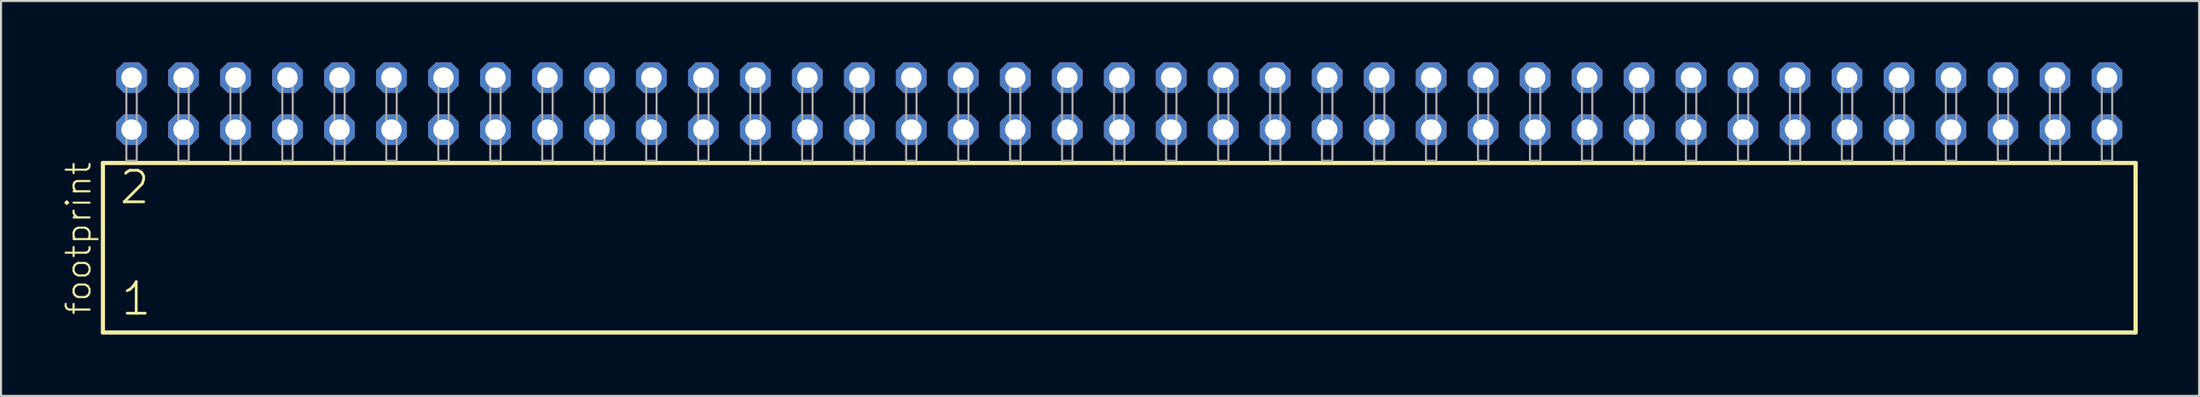
<source format=kicad_pcb>
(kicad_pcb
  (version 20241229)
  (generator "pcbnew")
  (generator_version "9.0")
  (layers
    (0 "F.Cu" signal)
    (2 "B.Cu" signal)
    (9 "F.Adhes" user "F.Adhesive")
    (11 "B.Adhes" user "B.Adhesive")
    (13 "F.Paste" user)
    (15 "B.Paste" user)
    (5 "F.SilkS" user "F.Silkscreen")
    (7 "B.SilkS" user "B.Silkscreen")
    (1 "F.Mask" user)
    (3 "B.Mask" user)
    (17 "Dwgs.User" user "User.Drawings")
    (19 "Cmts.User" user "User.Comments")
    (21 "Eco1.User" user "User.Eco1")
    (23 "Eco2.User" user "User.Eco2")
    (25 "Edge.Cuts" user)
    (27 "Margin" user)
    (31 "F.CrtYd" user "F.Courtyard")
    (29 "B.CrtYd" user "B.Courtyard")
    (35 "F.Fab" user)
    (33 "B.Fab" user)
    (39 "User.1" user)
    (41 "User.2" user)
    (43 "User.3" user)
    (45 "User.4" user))
  (footprint "footprint"
    (layer "F.Cu")
    (at 51.638 4.814)
    (property "Reference" "footprint" (at -50.165 7.62 90) (layer "F.SilkS") (effects (font (size 1.168 1.168) (thickness 0.102)) (justify left bottom)))
    (fp_line (start -49.659 0.106) (end -49.659 8.396) (stroke (width 0.203) (type solid)) (layer "F.SilkS"))
    (fp_line (start -49.659 8.396) (end 49.659 8.396) (stroke (width 0.203) (type solid)) (layer "F.SilkS"))
    (fp_line (start 49.659 0.106) (end -49.659 0.106) (stroke (width 0.203) (type solid)) (layer "F.SilkS"))
    (fp_line (start 49.659 8.396) (end 49.659 0.106) (stroke (width 0.203) (type solid)) (layer "F.SilkS"))
    (fp_poly (pts (xy -48.514 0) (xy -48.006 0) (xy -48.006 -4.318) (xy -48.514 -4.318)) (stroke (width 0.1) (type solid)) (fill no) (layer "F.Fab"))
    (fp_poly (pts (xy -45.974 0) (xy -45.466 0) (xy -45.466 -4.318) (xy -45.974 -4.318)) (stroke (width 0.1) (type solid)) (fill no) (layer "F.Fab"))
    (fp_poly (pts (xy -43.434 0) (xy -42.926 0) (xy -42.926 -4.318) (xy -43.434 -4.318)) (stroke (width 0.1) (type solid)) (fill no) (layer "F.Fab"))
    (fp_poly (pts (xy -40.894 0) (xy -40.386 0) (xy -40.386 -4.318) (xy -40.894 -4.318)) (stroke (width 0.1) (type solid)) (fill no) (layer "F.Fab"))
    (fp_poly (pts (xy -38.354 0) (xy -37.846 0) (xy -37.846 -4.318) (xy -38.354 -4.318)) (stroke (width 0.1) (type solid)) (fill no) (layer "F.Fab"))
    (fp_poly (pts (xy -35.814 0) (xy -35.306 0) (xy -35.306 -4.318) (xy -35.814 -4.318)) (stroke (width 0.1) (type solid)) (fill no) (layer "F.Fab"))
    (fp_poly (pts (xy -33.274 0) (xy -32.766 0) (xy -32.766 -4.318) (xy -33.274 -4.318)) (stroke (width 0.1) (type solid)) (fill no) (layer "F.Fab"))
    (fp_poly (pts (xy -30.734 0) (xy -30.226 0) (xy -30.226 -4.318) (xy -30.734 -4.318)) (stroke (width 0.1) (type solid)) (fill no) (layer "F.Fab"))
    (fp_poly (pts (xy -28.194 0) (xy -27.686 0) (xy -27.686 -4.318) (xy -28.194 -4.318)) (stroke (width 0.1) (type solid)) (fill no) (layer "F.Fab"))
    (fp_poly (pts (xy -25.654 0) (xy -25.146 0) (xy -25.146 -4.318) (xy -25.654 -4.318)) (stroke (width 0.1) (type solid)) (fill no) (layer "F.Fab"))
    (fp_poly (pts (xy -23.114 0) (xy -22.606 0) (xy -22.606 -4.318) (xy -23.114 -4.318)) (stroke (width 0.1) (type solid)) (fill no) (layer "F.Fab"))
    (fp_poly (pts (xy -20.574 0) (xy -20.066 0) (xy -20.066 -4.318) (xy -20.574 -4.318)) (stroke (width 0.1) (type solid)) (fill no) (layer "F.Fab"))
    (fp_poly (pts (xy -18.034 0) (xy -17.526 0) (xy -17.526 -4.318) (xy -18.034 -4.318)) (stroke (width 0.1) (type solid)) (fill no) (layer "F.Fab"))
    (fp_poly (pts (xy -15.494 0) (xy -14.986 0) (xy -14.986 -4.318) (xy -15.494 -4.318)) (stroke (width 0.1) (type solid)) (fill no) (layer "F.Fab"))
    (fp_poly (pts (xy -12.954 0) (xy -12.446 0) (xy -12.446 -4.318) (xy -12.954 -4.318)) (stroke (width 0.1) (type solid)) (fill no) (layer "F.Fab"))
    (fp_poly (pts (xy -10.414 0) (xy -9.906 0) (xy -9.906 -4.318) (xy -10.414 -4.318)) (stroke (width 0.1) (type solid)) (fill no) (layer "F.Fab"))
    (fp_poly (pts (xy -7.874 0) (xy -7.366 0) (xy -7.366 -4.318) (xy -7.874 -4.318)) (stroke (width 0.1) (type solid)) (fill no) (layer "F.Fab"))
    (fp_poly (pts (xy -5.334 0) (xy -4.826 0) (xy -4.826 -4.318) (xy -5.334 -4.318)) (stroke (width 0.1) (type solid)) (fill no) (layer "F.Fab"))
    (fp_poly (pts (xy -2.794 0) (xy -2.286 0) (xy -2.286 -4.318) (xy -2.794 -4.318)) (stroke (width 0.1) (type solid)) (fill no) (layer "F.Fab"))
    (fp_poly (pts (xy -0.254 0) (xy 0.254 0) (xy 0.254 -4.318) (xy -0.254 -4.318)) (stroke (width 0.1) (type solid)) (fill no) (layer "F.Fab"))
    (fp_poly (pts (xy 2.286 0) (xy 2.794 0) (xy 2.794 -4.318) (xy 2.286 -4.318)) (stroke (width 0.1) (type solid)) (fill no) (layer "F.Fab"))
    (fp_poly (pts (xy 4.826 0) (xy 5.334 0) (xy 5.334 -4.318) (xy 4.826 -4.318)) (stroke (width 0.1) (type solid)) (fill no) (layer "F.Fab"))
    (fp_poly (pts (xy 7.366 0) (xy 7.874 0) (xy 7.874 -4.318) (xy 7.366 -4.318)) (stroke (width 0.1) (type solid)) (fill no) (layer "F.Fab"))
    (fp_poly (pts (xy 9.906 0) (xy 10.414 0) (xy 10.414 -4.318) (xy 9.906 -4.318)) (stroke (width 0.1) (type solid)) (fill no) (layer "F.Fab"))
    (fp_poly (pts (xy 12.446 0) (xy 12.954 0) (xy 12.954 -4.318) (xy 12.446 -4.318)) (stroke (width 0.1) (type solid)) (fill no) (layer "F.Fab"))
    (fp_poly (pts (xy 14.986 0) (xy 15.494 0) (xy 15.494 -4.318) (xy 14.986 -4.318)) (stroke (width 0.1) (type solid)) (fill no) (layer "F.Fab"))
    (fp_poly (pts (xy 17.526 0) (xy 18.034 0) (xy 18.034 -4.318) (xy 17.526 -4.318)) (stroke (width 0.1) (type solid)) (fill no) (layer "F.Fab"))
    (fp_poly (pts (xy 20.066 0) (xy 20.574 0) (xy 20.574 -4.318) (xy 20.066 -4.318)) (stroke (width 0.1) (type solid)) (fill no) (layer "F.Fab"))
    (fp_poly (pts (xy 22.606 0) (xy 23.114 0) (xy 23.114 -4.318) (xy 22.606 -4.318)) (stroke (width 0.1) (type solid)) (fill no) (layer "F.Fab"))
    (fp_poly (pts (xy 25.146 0) (xy 25.654 0) (xy 25.654 -4.318) (xy 25.146 -4.318)) (stroke (width 0.1) (type solid)) (fill no) (layer "F.Fab"))
    (fp_poly (pts (xy 27.686 0) (xy 28.194 0) (xy 28.194 -4.318) (xy 27.686 -4.318)) (stroke (width 0.1) (type solid)) (fill no) (layer "F.Fab"))
    (fp_poly (pts (xy 30.226 0) (xy 30.734 0) (xy 30.734 -4.318) (xy 30.226 -4.318)) (stroke (width 0.1) (type solid)) (fill no) (layer "F.Fab"))
    (fp_poly (pts (xy 32.766 0) (xy 33.274 0) (xy 33.274 -4.318) (xy 32.766 -4.318)) (stroke (width 0.1) (type solid)) (fill no) (layer "F.Fab"))
    (fp_poly (pts (xy 35.306 0) (xy 35.814 0) (xy 35.814 -4.318) (xy 35.306 -4.318)) (stroke (width 0.1) (type solid)) (fill no) (layer "F.Fab"))
    (fp_poly (pts (xy 37.846 0) (xy 38.354 0) (xy 38.354 -4.318) (xy 37.846 -4.318)) (stroke (width 0.1) (type solid)) (fill no) (layer "F.Fab"))
    (fp_poly (pts (xy 40.386 0) (xy 40.894 0) (xy 40.894 -4.318) (xy 40.386 -4.318)) (stroke (width 0.1) (type solid)) (fill no) (layer "F.Fab"))
    (fp_poly (pts (xy 42.926 0) (xy 43.434 0) (xy 43.434 -4.318) (xy 42.926 -4.318)) (stroke (width 0.1) (type solid)) (fill no) (layer "F.Fab"))
    (fp_poly (pts (xy 45.466 0) (xy 45.974 0) (xy 45.974 -4.318) (xy 45.466 -4.318)) (stroke (width 0.1) (type solid)) (fill no) (layer "F.Fab"))
    (fp_poly (pts (xy 48.006 0) (xy 48.514 0) (xy 48.514 -4.318) (xy 48.006 -4.318)) (stroke (width 0.1) (type solid)) (fill no) (layer "F.Fab"))
    (fp_text user "2" (at -48.93 2.2 0) (layer "F.SilkS") (effects (font (size 1.542 1.542) (thickness 0.134)) (justify left bottom)))
    (fp_text user "1" (at -48.855 7.65 0) (layer "F.SilkS") (effects (font (size 1.542 1.542) (thickness 0.134)) (justify left bottom)))
    (pad "1" thru_hole roundrect (at -48.26 -1.524) (size 1.5 1.5) (drill 1) (layers "*.Cu" "*.Mask") (roundrect_rratio 0.25) (chamfer_ratio 0.25) (chamfer top_left top_right bottom_left bottom_right))
    (pad "2" thru_hole roundrect (at -48.26 -4.064) (size 1.5 1.5) (drill 1) (layers "*.Cu" "*.Mask") (roundrect_rratio 0.25) (chamfer_ratio 0.25) (chamfer top_left top_right bottom_left bottom_right))
    (pad "3" thru_hole roundrect (at -45.72 -1.524) (size 1.5 1.5) (drill 1) (layers "*.Cu" "*.Mask") (roundrect_rratio 0.25) (chamfer_ratio 0.25) (chamfer top_left top_right bottom_left bottom_right))
    (pad "4" thru_hole roundrect (at -45.72 -4.064) (size 1.5 1.5) (drill 1) (layers "*.Cu" "*.Mask") (roundrect_rratio 0.25) (chamfer_ratio 0.25) (chamfer top_left top_right bottom_left bottom_right))
    (pad "5" thru_hole roundrect (at -43.18 -1.524) (size 1.5 1.5) (drill 1) (layers "*.Cu" "*.Mask") (roundrect_rratio 0.25) (chamfer_ratio 0.25) (chamfer top_left top_right bottom_left bottom_right))
    (pad "6" thru_hole roundrect (at -43.18 -4.064) (size 1.5 1.5) (drill 1) (layers "*.Cu" "*.Mask") (roundrect_rratio 0.25) (chamfer_ratio 0.25) (chamfer top_left top_right bottom_left bottom_right))
    (pad "7" thru_hole roundrect (at -40.64 -1.524) (size 1.5 1.5) (drill 1) (layers "*.Cu" "*.Mask") (roundrect_rratio 0.25) (chamfer_ratio 0.25) (chamfer top_left top_right bottom_left bottom_right))
    (pad "8" thru_hole roundrect (at -40.64 -4.064) (size 1.5 1.5) (drill 1) (layers "*.Cu" "*.Mask") (roundrect_rratio 0.25) (chamfer_ratio 0.25) (chamfer top_left top_right bottom_left bottom_right))
    (pad "9" thru_hole roundrect (at -38.1 -1.524) (size 1.5 1.5) (drill 1) (layers "*.Cu" "*.Mask") (roundrect_rratio 0.25) (chamfer_ratio 0.25) (chamfer top_left top_right bottom_left bottom_right))
    (pad "10" thru_hole roundrect (at -38.1 -4.064) (size 1.5 1.5) (drill 1) (layers "*.Cu" "*.Mask") (roundrect_rratio 0.25) (chamfer_ratio 0.25) (chamfer top_left top_right bottom_left bottom_right))
    (pad "11" thru_hole roundrect (at -35.56 -1.524) (size 1.5 1.5) (drill 1) (layers "*.Cu" "*.Mask") (roundrect_rratio 0.25) (chamfer_ratio 0.25) (chamfer top_left top_right bottom_left bottom_right))
    (pad "12" thru_hole roundrect (at -35.56 -4.064) (size 1.5 1.5) (drill 1) (layers "*.Cu" "*.Mask") (roundrect_rratio 0.25) (chamfer_ratio 0.25) (chamfer top_left top_right bottom_left bottom_right))
    (pad "13" thru_hole roundrect (at -33.02 -1.524) (size 1.5 1.5) (drill 1) (layers "*.Cu" "*.Mask") (roundrect_rratio 0.25) (chamfer_ratio 0.25) (chamfer top_left top_right bottom_left bottom_right))
    (pad "14" thru_hole roundrect (at -33.02 -4.064) (size 1.5 1.5) (drill 1) (layers "*.Cu" "*.Mask") (roundrect_rratio 0.25) (chamfer_ratio 0.25) (chamfer top_left top_right bottom_left bottom_right))
    (pad "15" thru_hole roundrect (at -30.48 -1.524) (size 1.5 1.5) (drill 1) (layers "*.Cu" "*.Mask") (roundrect_rratio 0.25) (chamfer_ratio 0.25) (chamfer top_left top_right bottom_left bottom_right))
    (pad "16" thru_hole roundrect (at -30.48 -4.064) (size 1.5 1.5) (drill 1) (layers "*.Cu" "*.Mask") (roundrect_rratio 0.25) (chamfer_ratio 0.25) (chamfer top_left top_right bottom_left bottom_right))
    (pad "17" thru_hole roundrect (at -27.94 -1.524) (size 1.5 1.5) (drill 1) (layers "*.Cu" "*.Mask") (roundrect_rratio 0.25) (chamfer_ratio 0.25) (chamfer top_left top_right bottom_left bottom_right))
    (pad "18" thru_hole roundrect (at -27.94 -4.064) (size 1.5 1.5) (drill 1) (layers "*.Cu" "*.Mask") (roundrect_rratio 0.25) (chamfer_ratio 0.25) (chamfer top_left top_right bottom_left bottom_right))
    (pad "19" thru_hole roundrect (at -25.4 -1.524) (size 1.5 1.5) (drill 1) (layers "*.Cu" "*.Mask") (roundrect_rratio 0.25) (chamfer_ratio 0.25) (chamfer top_left top_right bottom_left bottom_right))
    (pad "20" thru_hole roundrect (at -25.4 -4.064) (size 1.5 1.5) (drill 1) (layers "*.Cu" "*.Mask") (roundrect_rratio 0.25) (chamfer_ratio 0.25) (chamfer top_left top_right bottom_left bottom_right))
    (pad "21" thru_hole roundrect (at -22.86 -1.524) (size 1.5 1.5) (drill 1) (layers "*.Cu" "*.Mask") (roundrect_rratio 0.25) (chamfer_ratio 0.25) (chamfer top_left top_right bottom_left bottom_right))
    (pad "22" thru_hole roundrect (at -22.86 -4.064) (size 1.5 1.5) (drill 1) (layers "*.Cu" "*.Mask") (roundrect_rratio 0.25) (chamfer_ratio 0.25) (chamfer top_left top_right bottom_left bottom_right))
    (pad "23" thru_hole roundrect (at -20.32 -1.524) (size 1.5 1.5) (drill 1) (layers "*.Cu" "*.Mask") (roundrect_rratio 0.25) (chamfer_ratio 0.25) (chamfer top_left top_right bottom_left bottom_right))
    (pad "24" thru_hole roundrect (at -20.32 -4.064) (size 1.5 1.5) (drill 1) (layers "*.Cu" "*.Mask") (roundrect_rratio 0.25) (chamfer_ratio 0.25) (chamfer top_left top_right bottom_left bottom_right))
    (pad "25" thru_hole roundrect (at -17.78 -1.524) (size 1.5 1.5) (drill 1) (layers "*.Cu" "*.Mask") (roundrect_rratio 0.25) (chamfer_ratio 0.25) (chamfer top_left top_right bottom_left bottom_right))
    (pad "26" thru_hole roundrect (at -17.78 -4.064) (size 1.5 1.5) (drill 1) (layers "*.Cu" "*.Mask") (roundrect_rratio 0.25) (chamfer_ratio 0.25) (chamfer top_left top_right bottom_left bottom_right))
    (pad "27" thru_hole roundrect (at -15.24 -1.524) (size 1.5 1.5) (drill 1) (layers "*.Cu" "*.Mask") (roundrect_rratio 0.25) (chamfer_ratio 0.25) (chamfer top_left top_right bottom_left bottom_right))
    (pad "28" thru_hole roundrect (at -15.24 -4.064) (size 1.5 1.5) (drill 1) (layers "*.Cu" "*.Mask") (roundrect_rratio 0.25) (chamfer_ratio 0.25) (chamfer top_left top_right bottom_left bottom_right))
    (pad "29" thru_hole roundrect (at -12.7 -1.524) (size 1.5 1.5) (drill 1) (layers "*.Cu" "*.Mask") (roundrect_rratio 0.25) (chamfer_ratio 0.25) (chamfer top_left top_right bottom_left bottom_right))
    (pad "30" thru_hole roundrect (at -12.7 -4.064) (size 1.5 1.5) (drill 1) (layers "*.Cu" "*.Mask") (roundrect_rratio 0.25) (chamfer_ratio 0.25) (chamfer top_left top_right bottom_left bottom_right))
    (pad "31" thru_hole roundrect (at -10.16 -1.524) (size 1.5 1.5) (drill 1) (layers "*.Cu" "*.Mask") (roundrect_rratio 0.25) (chamfer_ratio 0.25) (chamfer top_left top_right bottom_left bottom_right))
    (pad "32" thru_hole roundrect (at -10.16 -4.064) (size 1.5 1.5) (drill 1) (layers "*.Cu" "*.Mask") (roundrect_rratio 0.25) (chamfer_ratio 0.25) (chamfer top_left top_right bottom_left bottom_right))
    (pad "33" thru_hole roundrect (at -7.62 -1.524) (size 1.5 1.5) (drill 1) (layers "*.Cu" "*.Mask") (roundrect_rratio 0.25) (chamfer_ratio 0.25) (chamfer top_left top_right bottom_left bottom_right))
    (pad "34" thru_hole roundrect (at -7.62 -4.064) (size 1.5 1.5) (drill 1) (layers "*.Cu" "*.Mask") (roundrect_rratio 0.25) (chamfer_ratio 0.25) (chamfer top_left top_right bottom_left bottom_right))
    (pad "35" thru_hole roundrect (at -5.08 -1.524) (size 1.5 1.5) (drill 1) (layers "*.Cu" "*.Mask") (roundrect_rratio 0.25) (chamfer_ratio 0.25) (chamfer top_left top_right bottom_left bottom_right))
    (pad "36" thru_hole roundrect (at -5.08 -4.064) (size 1.5 1.5) (drill 1) (layers "*.Cu" "*.Mask") (roundrect_rratio 0.25) (chamfer_ratio 0.25) (chamfer top_left top_right bottom_left bottom_right))
    (pad "37" thru_hole roundrect (at -2.54 -1.524) (size 1.5 1.5) (drill 1) (layers "*.Cu" "*.Mask") (roundrect_rratio 0.25) (chamfer_ratio 0.25) (chamfer top_left top_right bottom_left bottom_right))
    (pad "38" thru_hole roundrect (at -2.54 -4.064) (size 1.5 1.5) (drill 1) (layers "*.Cu" "*.Mask") (roundrect_rratio 0.25) (chamfer_ratio 0.25) (chamfer top_left top_right bottom_left bottom_right))
    (pad "39" thru_hole roundrect (at 0 -1.524) (size 1.5 1.5) (drill 1) (layers "*.Cu" "*.Mask") (roundrect_rratio 0.25) (chamfer_ratio 0.25) (chamfer top_left top_right bottom_left bottom_right))
    (pad "40" thru_hole roundrect (at 0 -4.064) (size 1.5 1.5) (drill 1) (layers "*.Cu" "*.Mask") (roundrect_rratio 0.25) (chamfer_ratio 0.25) (chamfer top_left top_right bottom_left bottom_right))
    (pad "41" thru_hole roundrect (at 2.54 -1.524) (size 1.5 1.5) (drill 1) (layers "*.Cu" "*.Mask") (roundrect_rratio 0.25) (chamfer_ratio 0.25) (chamfer top_left top_right bottom_left bottom_right))
    (pad "42" thru_hole roundrect (at 2.54 -4.064) (size 1.5 1.5) (drill 1) (layers "*.Cu" "*.Mask") (roundrect_rratio 0.25) (chamfer_ratio 0.25) (chamfer top_left top_right bottom_left bottom_right))
    (pad "43" thru_hole roundrect (at 5.08 -1.524) (size 1.5 1.5) (drill 1) (layers "*.Cu" "*.Mask") (roundrect_rratio 0.25) (chamfer_ratio 0.25) (chamfer top_left top_right bottom_left bottom_right))
    (pad "44" thru_hole roundrect (at 5.08 -4.064) (size 1.5 1.5) (drill 1) (layers "*.Cu" "*.Mask") (roundrect_rratio 0.25) (chamfer_ratio 0.25) (chamfer top_left top_right bottom_left bottom_right))
    (pad "45" thru_hole roundrect (at 7.62 -1.524) (size 1.5 1.5) (drill 1) (layers "*.Cu" "*.Mask") (roundrect_rratio 0.25) (chamfer_ratio 0.25) (chamfer top_left top_right bottom_left bottom_right))
    (pad "46" thru_hole roundrect (at 7.62 -4.064) (size 1.5 1.5) (drill 1) (layers "*.Cu" "*.Mask") (roundrect_rratio 0.25) (chamfer_ratio 0.25) (chamfer top_left top_right bottom_left bottom_right))
    (pad "47" thru_hole roundrect (at 10.16 -1.524) (size 1.5 1.5) (drill 1) (layers "*.Cu" "*.Mask") (roundrect_rratio 0.25) (chamfer_ratio 0.25) (chamfer top_left top_right bottom_left bottom_right))
    (pad "48" thru_hole roundrect (at 10.16 -4.064) (size 1.5 1.5) (drill 1) (layers "*.Cu" "*.Mask") (roundrect_rratio 0.25) (chamfer_ratio 0.25) (chamfer top_left top_right bottom_left bottom_right))
    (pad "49" thru_hole roundrect (at 12.7 -1.524) (size 1.5 1.5) (drill 1) (layers "*.Cu" "*.Mask") (roundrect_rratio 0.25) (chamfer_ratio 0.25) (chamfer top_left top_right bottom_left bottom_right))
    (pad "50" thru_hole roundrect (at 12.7 -4.064) (size 1.5 1.5) (drill 1) (layers "*.Cu" "*.Mask") (roundrect_rratio 0.25) (chamfer_ratio 0.25) (chamfer top_left top_right bottom_left bottom_right))
    (pad "51" thru_hole roundrect (at 15.24 -1.524) (size 1.5 1.5) (drill 1) (layers "*.Cu" "*.Mask") (roundrect_rratio 0.25) (chamfer_ratio 0.25) (chamfer top_left top_right bottom_left bottom_right))
    (pad "52" thru_hole roundrect (at 15.24 -4.064) (size 1.5 1.5) (drill 1) (layers "*.Cu" "*.Mask") (roundrect_rratio 0.25) (chamfer_ratio 0.25) (chamfer top_left top_right bottom_left bottom_right))
    (pad "53" thru_hole roundrect (at 17.78 -1.524) (size 1.5 1.5) (drill 1) (layers "*.Cu" "*.Mask") (roundrect_rratio 0.25) (chamfer_ratio 0.25) (chamfer top_left top_right bottom_left bottom_right))
    (pad "54" thru_hole roundrect (at 17.78 -4.064) (size 1.5 1.5) (drill 1) (layers "*.Cu" "*.Mask") (roundrect_rratio 0.25) (chamfer_ratio 0.25) (chamfer top_left top_right bottom_left bottom_right))
    (pad "55" thru_hole roundrect (at 20.32 -1.524) (size 1.5 1.5) (drill 1) (layers "*.Cu" "*.Mask") (roundrect_rratio 0.25) (chamfer_ratio 0.25) (chamfer top_left top_right bottom_left bottom_right))
    (pad "56" thru_hole roundrect (at 20.32 -4.064) (size 1.5 1.5) (drill 1) (layers "*.Cu" "*.Mask") (roundrect_rratio 0.25) (chamfer_ratio 0.25) (chamfer top_left top_right bottom_left bottom_right))
    (pad "57" thru_hole roundrect (at 22.86 -1.524) (size 1.5 1.5) (drill 1) (layers "*.Cu" "*.Mask") (roundrect_rratio 0.25) (chamfer_ratio 0.25) (chamfer top_left top_right bottom_left bottom_right))
    (pad "58" thru_hole roundrect (at 22.86 -4.064) (size 1.5 1.5) (drill 1) (layers "*.Cu" "*.Mask") (roundrect_rratio 0.25) (chamfer_ratio 0.25) (chamfer top_left top_right bottom_left bottom_right))
    (pad "59" thru_hole roundrect (at 25.4 -1.524) (size 1.5 1.5) (drill 1) (layers "*.Cu" "*.Mask") (roundrect_rratio 0.25) (chamfer_ratio 0.25) (chamfer top_left top_right bottom_left bottom_right))
    (pad "60" thru_hole roundrect (at 25.4 -4.064) (size 1.5 1.5) (drill 1) (layers "*.Cu" "*.Mask") (roundrect_rratio 0.25) (chamfer_ratio 0.25) (chamfer top_left top_right bottom_left bottom_right))
    (pad "61" thru_hole roundrect (at 27.94 -1.524) (size 1.5 1.5) (drill 1) (layers "*.Cu" "*.Mask") (roundrect_rratio 0.25) (chamfer_ratio 0.25) (chamfer top_left top_right bottom_left bottom_right))
    (pad "62" thru_hole roundrect (at 27.94 -4.064) (size 1.5 1.5) (drill 1) (layers "*.Cu" "*.Mask") (roundrect_rratio 0.25) (chamfer_ratio 0.25) (chamfer top_left top_right bottom_left bottom_right))
    (pad "63" thru_hole roundrect (at 30.48 -1.524) (size 1.5 1.5) (drill 1) (layers "*.Cu" "*.Mask") (roundrect_rratio 0.25) (chamfer_ratio 0.25) (chamfer top_left top_right bottom_left bottom_right))
    (pad "64" thru_hole roundrect (at 30.48 -4.064) (size 1.5 1.5) (drill 1) (layers "*.Cu" "*.Mask") (roundrect_rratio 0.25) (chamfer_ratio 0.25) (chamfer top_left top_right bottom_left bottom_right))
    (pad "65" thru_hole roundrect (at 33.02 -1.524) (size 1.5 1.5) (drill 1) (layers "*.Cu" "*.Mask") (roundrect_rratio 0.25) (chamfer_ratio 0.25) (chamfer top_left top_right bottom_left bottom_right))
    (pad "66" thru_hole roundrect (at 33.02 -4.064) (size 1.5 1.5) (drill 1) (layers "*.Cu" "*.Mask") (roundrect_rratio 0.25) (chamfer_ratio 0.25) (chamfer top_left top_right bottom_left bottom_right))
    (pad "67" thru_hole roundrect (at 35.56 -1.524) (size 1.5 1.5) (drill 1) (layers "*.Cu" "*.Mask") (roundrect_rratio 0.25) (chamfer_ratio 0.25) (chamfer top_left top_right bottom_left bottom_right))
    (pad "68" thru_hole roundrect (at 35.56 -4.064) (size 1.5 1.5) (drill 1) (layers "*.Cu" "*.Mask") (roundrect_rratio 0.25) (chamfer_ratio 0.25) (chamfer top_left top_right bottom_left bottom_right))
    (pad "69" thru_hole roundrect (at 38.1 -1.524) (size 1.5 1.5) (drill 1) (layers "*.Cu" "*.Mask") (roundrect_rratio 0.25) (chamfer_ratio 0.25) (chamfer top_left top_right bottom_left bottom_right))
    (pad "70" thru_hole roundrect (at 38.1 -4.064) (size 1.5 1.5) (drill 1) (layers "*.Cu" "*.Mask") (roundrect_rratio 0.25) (chamfer_ratio 0.25) (chamfer top_left top_right bottom_left bottom_right))
    (pad "71" thru_hole roundrect (at 40.64 -1.524) (size 1.5 1.5) (drill 1) (layers "*.Cu" "*.Mask") (roundrect_rratio 0.25) (chamfer_ratio 0.25) (chamfer top_left top_right bottom_left bottom_right))
    (pad "72" thru_hole roundrect (at 40.64 -4.064) (size 1.5 1.5) (drill 1) (layers "*.Cu" "*.Mask") (roundrect_rratio 0.25) (chamfer_ratio 0.25) (chamfer top_left top_right bottom_left bottom_right))
    (pad "73" thru_hole roundrect (at 43.18 -1.524) (size 1.5 1.5) (drill 1) (layers "*.Cu" "*.Mask") (roundrect_rratio 0.25) (chamfer_ratio 0.25) (chamfer top_left top_right bottom_left bottom_right))
    (pad "74" thru_hole roundrect (at 43.18 -4.064) (size 1.5 1.5) (drill 1) (layers "*.Cu" "*.Mask") (roundrect_rratio 0.25) (chamfer_ratio 0.25) (chamfer top_left top_right bottom_left bottom_right))
    (pad "75" thru_hole roundrect (at 45.72 -1.524) (size 1.5 1.5) (drill 1) (layers "*.Cu" "*.Mask") (roundrect_rratio 0.25) (chamfer_ratio 0.25) (chamfer top_left top_right bottom_left bottom_right))
    (pad "76" thru_hole roundrect (at 45.72 -4.064) (size 1.5 1.5) (drill 1) (layers "*.Cu" "*.Mask") (roundrect_rratio 0.25) (chamfer_ratio 0.25) (chamfer top_left top_right bottom_left bottom_right))
    (pad "77" thru_hole roundrect (at 48.26 -1.524) (size 1.5 1.5) (drill 1) (layers "*.Cu" "*.Mask") (roundrect_rratio 0.25) (chamfer_ratio 0.25) (chamfer top_left top_right bottom_left bottom_right))
    (pad "78" thru_hole roundrect (at 48.26 -4.064) (size 1.5 1.5) (drill 1) (layers "*.Cu" "*.Mask") (roundrect_rratio 0.25) (chamfer_ratio 0.25) (chamfer top_left top_right bottom_left bottom_right)))
  (gr_rect
    (start -3 -3)
    (end 104.399 16.312)
    (stroke (width 0.1) (type default))
    (fill no)
    (layer "Edge.Cuts")))
</source>
